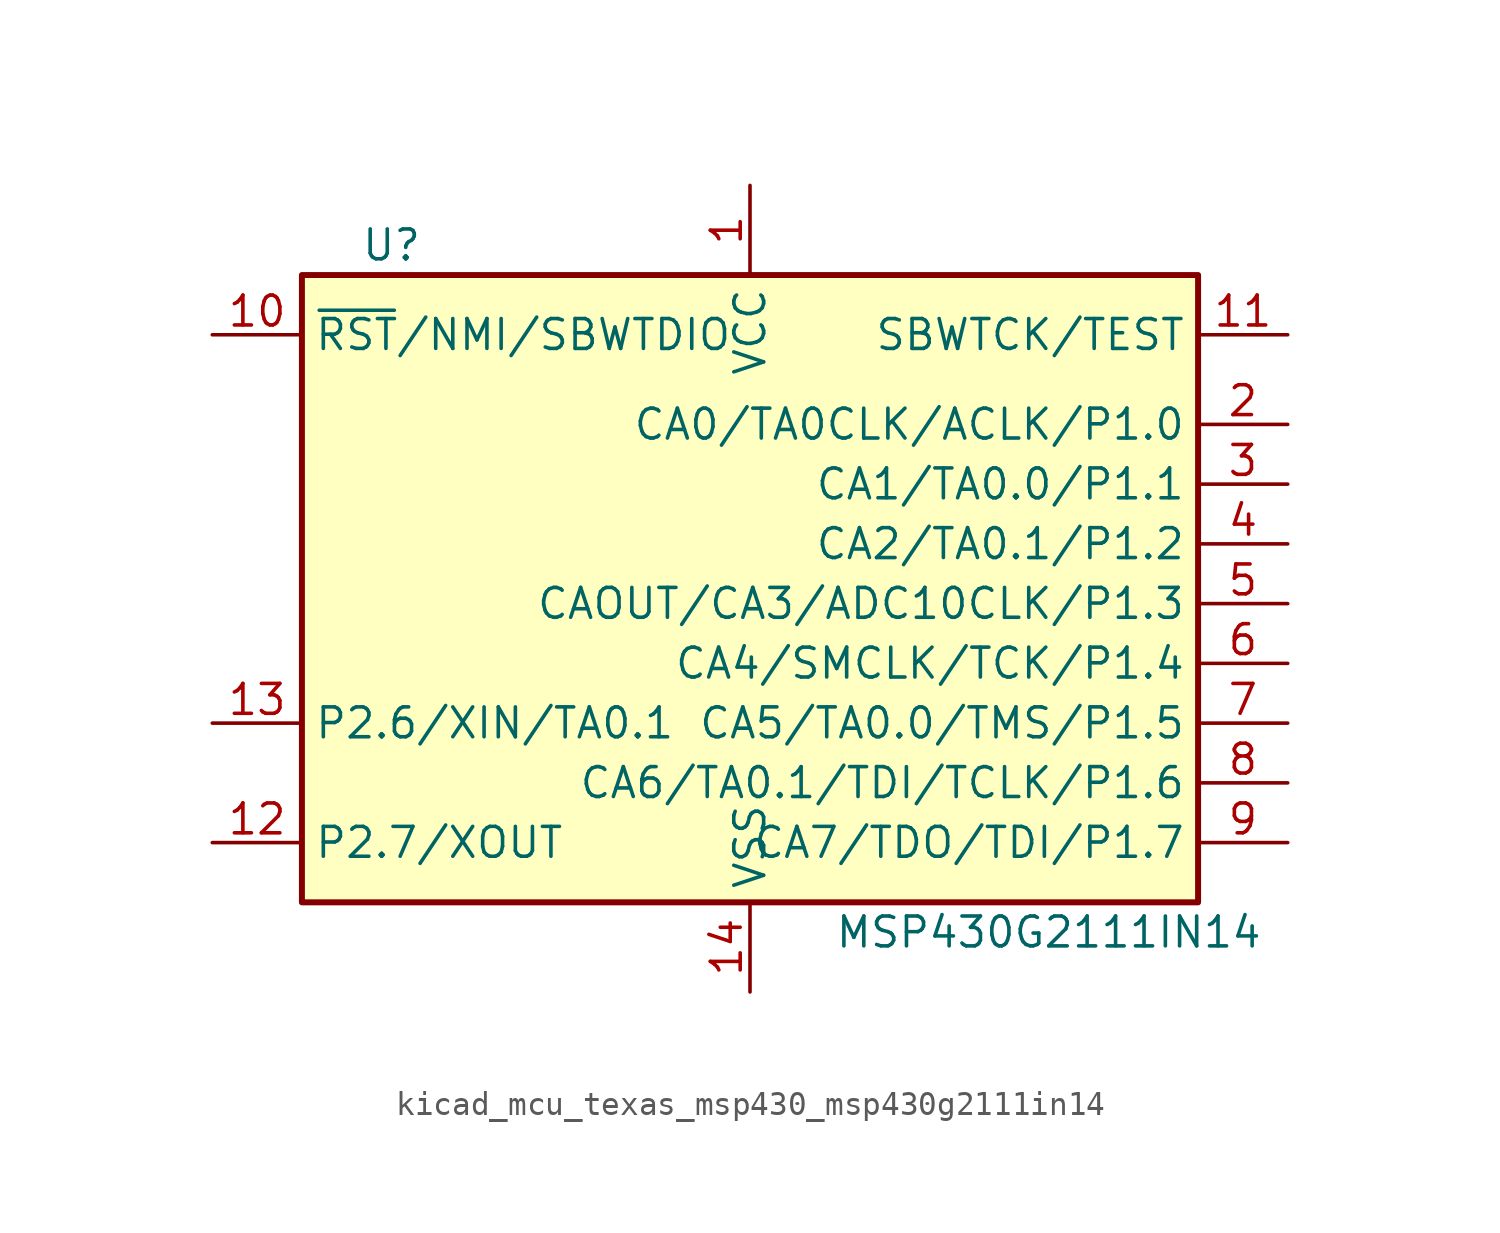
<source format=kicad_sym>
(kicad_symbol_lib
  (version 20220914)
  (generator kicad_symbol_editor)
  (symbol "kicad_mcu_texas_msp430_msp430g2111in14"
    (property "Reference" "U"
      (at -15.24 15.24 0)
      (effects (font (size 1.27 1.27))))
    (property "Value" "MSP430G2111IN14"
      (at 12.7 -13.97 0)
      (effects (font (size 1.27 1.27))))
    (symbol "kicad_mcu_texas_msp430_msp430g2111in14_0_1"
      (rectangle (start -19.05 13.97) (end 19.05 -12.7) (stroke (width 0.254) (type default)) (fill (type background))))
    (symbol "kicad_mcu_texas_msp430_msp430g2111in14_1_1"
      (pin power_in line (at 0 17.78 270) (length 3.81) (name "VCC" (effects (font (size 1.27 1.27)))) (number "1" (effects (font (size 1.27 1.27)))))
      (pin input line (at -22.86 11.43 0) (length 3.81) (name "~{RST}/NMI/SBWTDIO" (effects (font (size 1.27 1.27)))) (number "10" (effects (font (size 1.27 1.27)))))
      (pin input line (at 22.86 11.43 180) (length 3.81) (name "SBWTCK/TEST" (effects (font (size 1.27 1.27)))) (number "11" (effects (font (size 1.27 1.27)))))
      (pin bidirectional line (at -22.86 -10.16 0) (length 3.81) (name "P2.7/XOUT" (effects (font (size 1.27 1.27)))) (number "12" (effects (font (size 1.27 1.27)))))
      (pin bidirectional line (at -22.86 -5.08 0) (length 3.81) (name "P2.6/XIN/TA0.1" (effects (font (size 1.27 1.27)))) (number "13" (effects (font (size 1.27 1.27)))))
      (pin power_in line (at 0 -16.51 90) (length 3.81) (name "VSS" (effects (font (size 1.27 1.27)))) (number "14" (effects (font (size 1.27 1.27)))))
      (pin bidirectional line (at 22.86 7.62 180) (length 3.81) (name "CA0/TA0CLK/ACLK/P1.0" (effects (font (size 1.27 1.27)))) (number "2" (effects (font (size 1.27 1.27)))))
      (pin bidirectional line (at 22.86 5.08 180) (length 3.81) (name "CA1/TA0.0/P1.1" (effects (font (size 1.27 1.27)))) (number "3" (effects (font (size 1.27 1.27)))))
      (pin bidirectional line (at 22.86 2.54 180) (length 3.81) (name "CA2/TA0.1/P1.2" (effects (font (size 1.27 1.27)))) (number "4" (effects (font (size 1.27 1.27)))))
      (pin bidirectional line (at 22.86 0 180) (length 3.81) (name "CAOUT/CA3/ADC10CLK/P1.3" (effects (font (size 1.27 1.27)))) (number "5" (effects (font (size 1.27 1.27)))))
      (pin bidirectional line (at 22.86 -2.54 180) (length 3.81) (name "CA4/SMCLK/TCK/P1.4" (effects (font (size 1.27 1.27)))) (number "6" (effects (font (size 1.27 1.27)))))
      (pin bidirectional line (at 22.86 -5.08 180) (length 3.81) (name "CA5/TA0.0/TMS/P1.5" (effects (font (size 1.27 1.27)))) (number "7" (effects (font (size 1.27 1.27)))))
      (pin bidirectional line (at 22.86 -7.62 180) (length 3.81) (name "CA6/TA0.1/TDI/TCLK/P1.6" (effects (font (size 1.27 1.27)))) (number "8" (effects (font (size 1.27 1.27)))))
      (pin bidirectional line (at 22.86 -10.16 180) (length 3.81) (name "CA7/TDO/TDI/P1.7" (effects (font (size 1.27 1.27)))) (number "9" (effects (font (size 1.27 1.27))))))))
</source>
